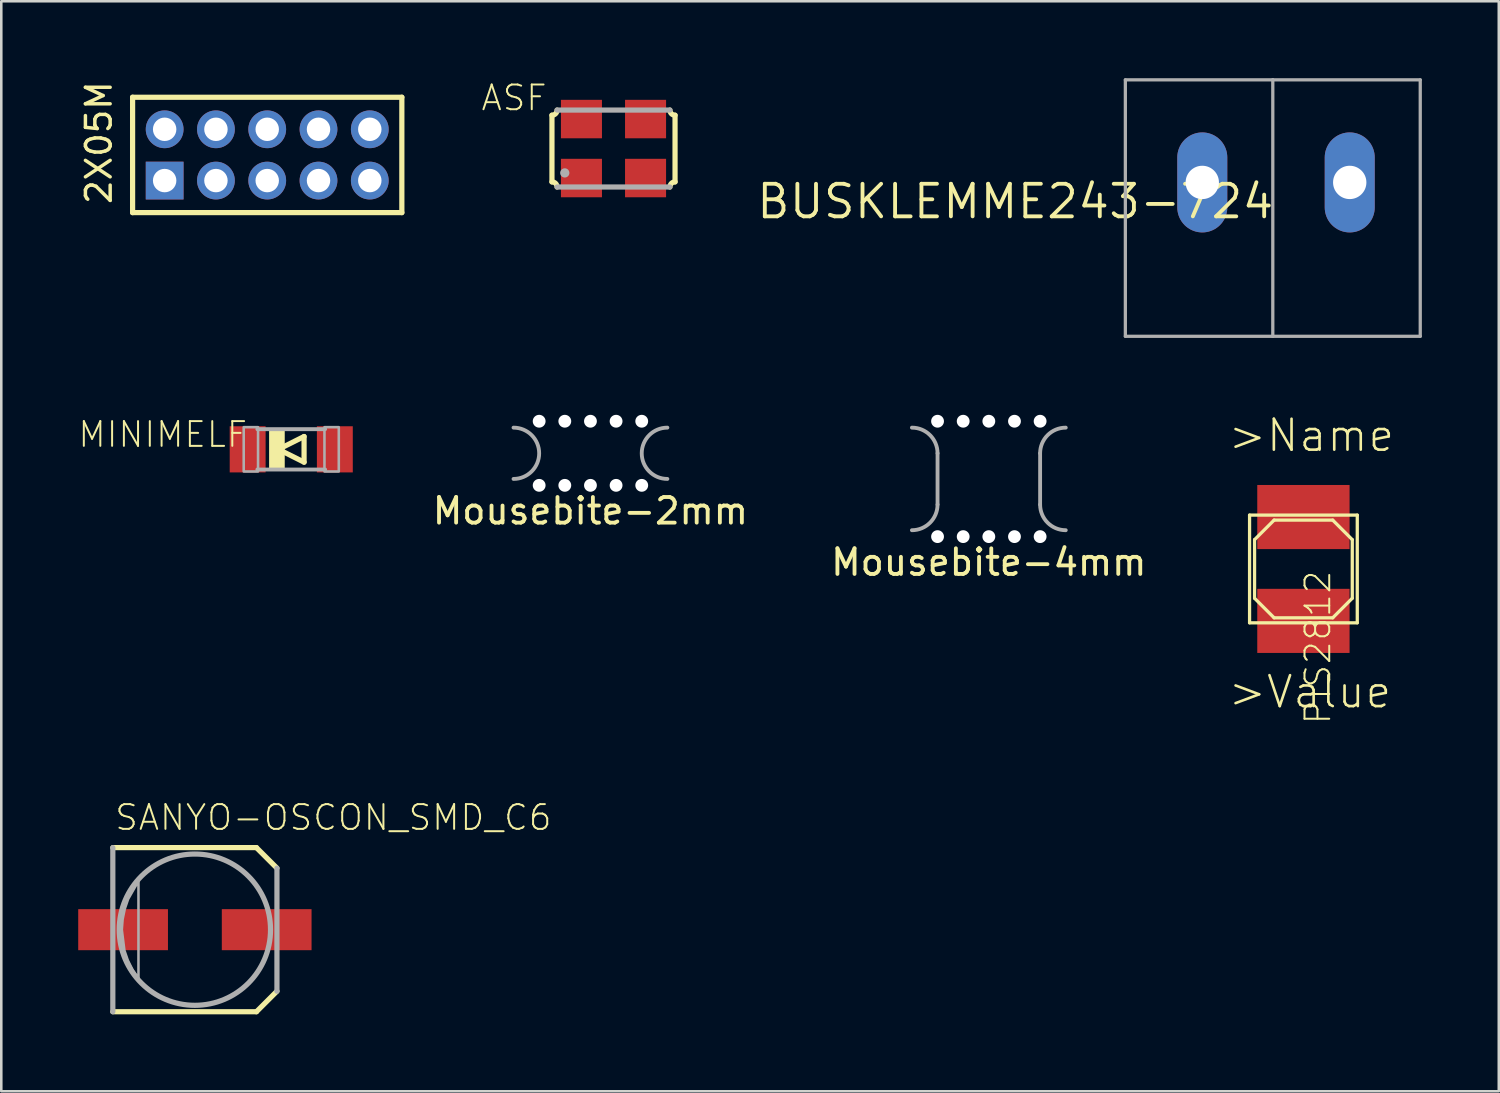
<source format=kicad_pcb>
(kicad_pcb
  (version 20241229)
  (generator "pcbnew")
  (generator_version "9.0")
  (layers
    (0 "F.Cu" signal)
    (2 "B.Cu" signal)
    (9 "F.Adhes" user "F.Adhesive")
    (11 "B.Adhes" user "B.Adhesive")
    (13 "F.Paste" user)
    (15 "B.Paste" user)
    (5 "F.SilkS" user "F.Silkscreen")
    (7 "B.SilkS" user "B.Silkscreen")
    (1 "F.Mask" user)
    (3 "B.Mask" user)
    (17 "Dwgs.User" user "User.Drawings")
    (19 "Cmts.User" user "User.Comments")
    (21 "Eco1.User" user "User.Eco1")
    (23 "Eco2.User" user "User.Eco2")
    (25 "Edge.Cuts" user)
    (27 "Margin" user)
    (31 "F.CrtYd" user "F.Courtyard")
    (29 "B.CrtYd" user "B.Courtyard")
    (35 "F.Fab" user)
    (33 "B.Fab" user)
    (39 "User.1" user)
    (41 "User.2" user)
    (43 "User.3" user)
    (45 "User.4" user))
  (footprint "Mousebite-2mm"
    (layer "F.Cu")
    (at 19.976 14.627)
    (property "Reference" "Mousebite-2mm" (at 0 2.25 0) (layer "F.SilkS") (effects (font (size 1 1) (thickness 0.15))))
    (attr through_hole)
    (fp_arc (start -3 -1) (mid -2 0) (end -3 1) (stroke (width 0.15) (type solid)) (layer "F.Fab"))
    (fp_arc (start 3 1) (mid 2 0) (end 3 -1) (stroke (width 0.15) (type solid)) (layer "F.Fab"))
    (pad "" np_thru_hole circle (at -2 -1.25) (size 0.5 0.5) (drill 0.5) (layers "*.Cu"))
    (pad "" np_thru_hole circle (at -2 1.25) (size 0.5 0.5) (drill 0.5) (layers "*.Cu"))
    (pad "" np_thru_hole circle (at -1 -1.25) (size 0.5 0.5) (drill 0.5) (layers "*.Cu"))
    (pad "" np_thru_hole circle (at -1 1.25) (size 0.5 0.5) (drill 0.5) (layers "*.Cu"))
    (pad "" np_thru_hole circle (at 0 -1.25) (size 0.5 0.5) (drill 0.5) (layers "*.Cu"))
    (pad "" np_thru_hole circle (at 0 1.25) (size 0.5 0.5) (drill 0.5) (layers "*.Cu"))
    (pad "" np_thru_hole circle (at 1 -1.25) (size 0.5 0.5) (drill 0.5) (layers "*.Cu"))
    (pad "" np_thru_hole circle (at 1 1.25) (size 0.5 0.5) (drill 0.5) (layers "*.Cu"))
    (pad "" np_thru_hole circle (at 2 -1.25) (size 0.5 0.5) (drill 0.5) (layers "*.Cu"))
    (pad "" np_thru_hole circle (at 2 1.25) (size 0.5 0.5) (drill 0.5) (layers "*.Cu")))
  (footprint "MINIMELF"
    (layer "F.Cu")
    (at 8.308 14.473)
    (property "Reference" "MINIMELF" (at -1.651 -1.143 180) (layer "F.SilkS") (effects (font (size 0.965 0.965) (thickness 0.077)) (justify right top)))
    (attr through_hole)
    (fp_line (start -0.5 0) (end 0.5 0.5) (stroke (width 0.203) (type solid)) (layer "F.SilkS"))
    (fp_line (start 0.5 -0.5) (end -0.5 0) (stroke (width 0.203) (type solid)) (layer "F.SilkS"))
    (fp_line (start 0.5 0.5) (end 0.5 -0.5) (stroke (width 0.203) (type solid)) (layer "F.SilkS"))
    (fp_poly (pts (xy -0.864 0.787) (xy -0.254 0.787) (xy -0.254 -0.787) (xy -0.864 -0.787)) (stroke (width 0) (type solid)) (fill yes) (layer "F.SilkS"))
    (fp_line (start 1.321 -0.787) (end -1.321 -0.787) (stroke (width 0.152) (type solid)) (layer "F.Fab"))
    (fp_line (start 1.321 0.787) (end -1.321 0.787) (stroke (width 0.152) (type solid)) (layer "F.Fab"))
    (fp_poly (pts (xy -1.854 0.864) (xy -1.295 0.864) (xy -1.295 -0.864) (xy -1.854 -0.864)) (stroke (width 0.1) (type solid)) (fill no) (layer "F.Fab"))
    (fp_poly (pts (xy 1.295 0.864) (xy 1.854 0.864) (xy 1.854 -0.864) (xy 1.295 -0.864)) (stroke (width 0.1) (type solid)) (fill no) (layer "F.Fab"))
    (pad "A" smd rect (at 1.7 0) (size 1.4 1.8) (layers "F.Cu" "F.Mask" "F.Paste"))
    (pad "C" smd rect (at -1.7 0) (size 1.4 1.8) (layers "F.Cu" "F.Mask" "F.Paste")))
  (footprint "PIS2812"
    (layer "F.Cu")
    (at 47.78 19.138)
    (property "Reference" "PIS2812" (at 0 0 270) (layer "F.SilkS") (effects (font (size 0.965 0.965) (thickness 0.077)) (justify right top)))
    (attr through_hole)
    (fp_line (start -2.1 -2.1) (end 2.1 -2.1) (stroke (width 0.127) (type solid)) (layer "F.SilkS"))
    (fp_line (start -2.1 2.1) (end -2.1 -2.1) (stroke (width 0.127) (type solid)) (layer "F.SilkS"))
    (fp_line (start -1.905 -1.143) (end -1.143 -1.905) (stroke (width 0.127) (type solid)) (layer "F.SilkS"))
    (fp_line (start -1.905 1.143) (end -1.905 -1.143) (stroke (width 0.127) (type solid)) (layer "F.SilkS"))
    (fp_line (start -1.143 -1.905) (end 1.143 -1.905) (stroke (width 0.127) (type solid)) (layer "F.SilkS"))
    (fp_line (start -1.143 1.905) (end -1.905 1.143) (stroke (width 0.127) (type solid)) (layer "F.SilkS"))
    (fp_line (start 1.143 -1.905) (end 1.905 -1.143) (stroke (width 0.127) (type solid)) (layer "F.SilkS"))
    (fp_line (start 1.143 1.905) (end -1.143 1.905) (stroke (width 0.127) (type solid)) (layer "F.SilkS"))
    (fp_line (start 1.905 -1.143) (end 1.905 1.143) (stroke (width 0.127) (type solid)) (layer "F.SilkS"))
    (fp_line (start 1.905 1.143) (end 1.143 1.905) (stroke (width 0.127) (type solid)) (layer "F.SilkS"))
    (fp_line (start 2.1 -2.1) (end 2.1 2.1) (stroke (width 0.127) (type solid)) (layer "F.SilkS"))
    (fp_line (start 2.1 2.1) (end -2.1 2.1) (stroke (width 0.127) (type solid)) (layer "F.SilkS"))
    (fp_text user ">Value" (at -3 5.5 0) (layer "F.SilkS") (effects (font (size 1.206 1.206) (thickness 0.102)) (justify left bottom)))
    (fp_text user ">Name" (at -3 -4.5 0) (layer "F.SilkS") (effects (font (size 1.206 1.206) (thickness 0.102)) (justify left bottom)))
    (pad "P$1" smd rect (at 0 -2.025) (size 3.6 2.5) (layers "F.Cu" "F.Mask" "F.Paste"))
    (pad "P$2" smd rect (at 0 2.025) (size 3.6 2.5) (layers "F.Cu" "F.Mask" "F.Paste")))
  (footprint "2X05M"
    (layer "F.Cu")
    (at 7.371 2.992)
    (property "Reference" "2X05M" (at -6 2 90) (layer "F.SilkS") (effects (font (size 0.965 0.965) (thickness 0.135)) (justify left bottom)))
    (attr through_hole)
    (fp_line (start -5.25 -2.25) (end 5.25 -2.25) (stroke (width 0.203) (type solid)) (layer "F.SilkS"))
    (fp_line (start -5.25 2.25) (end -5.25 -2.25) (stroke (width 0.203) (type solid)) (layer "F.SilkS"))
    (fp_line (start 5.25 -2.25) (end 5.25 2.25) (stroke (width 0.203) (type solid)) (layer "F.SilkS"))
    (fp_line (start 5.25 2.25) (end -5.25 2.25) (stroke (width 0.203) (type solid)) (layer "F.SilkS"))
    (fp_poly (pts (xy -4.25 -0.75) (xy -3.75 -0.75) (xy -3.75 -1.25) (xy -4.25 -1.25)) (stroke (width 0.1) (type solid)) (fill no) (layer "F.Fab"))
    (fp_poly (pts (xy -4.25 1.25) (xy -3.75 1.25) (xy -3.75 0.75) (xy -4.25 0.75)) (stroke (width 0.1) (type solid)) (fill no) (layer "F.Fab"))
    (fp_poly (pts (xy -2.25 -0.75) (xy -1.75 -0.75) (xy -1.75 -1.25) (xy -2.25 -1.25)) (stroke (width 0.1) (type solid)) (fill no) (layer "F.Fab"))
    (fp_poly (pts (xy -2.25 1.25) (xy -1.75 1.25) (xy -1.75 0.75) (xy -2.25 0.75)) (stroke (width 0.1) (type solid)) (fill no) (layer "F.Fab"))
    (fp_poly (pts (xy -0.25 -0.75) (xy 0.25 -0.75) (xy 0.25 -1.25) (xy -0.25 -1.25)) (stroke (width 0.1) (type solid)) (fill no) (layer "F.Fab"))
    (fp_poly (pts (xy -0.25 1.25) (xy 0.25 1.25) (xy 0.25 0.75) (xy -0.25 0.75)) (stroke (width 0.1) (type solid)) (fill no) (layer "F.Fab"))
    (fp_poly (pts (xy 1.75 -0.75) (xy 2.25 -0.75) (xy 2.25 -1.25) (xy 1.75 -1.25)) (stroke (width 0.1) (type solid)) (fill no) (layer "F.Fab"))
    (fp_poly (pts (xy 1.75 1.25) (xy 2.25 1.25) (xy 2.25 0.75) (xy 1.75 0.75)) (stroke (width 0.1) (type solid)) (fill no) (layer "F.Fab"))
    (fp_poly (pts (xy 3.75 -0.75) (xy 4.25 -0.75) (xy 4.25 -1.25) (xy 3.75 -1.25)) (stroke (width 0.1) (type solid)) (fill no) (layer "F.Fab"))
    (fp_poly (pts (xy 3.75 1.25) (xy 4.25 1.25) (xy 4.25 0.75) (xy 3.75 0.75)) (stroke (width 0.1) (type solid)) (fill no) (layer "F.Fab"))
    (pad "1" thru_hole rect (at -4 1) (size 1.473 1.473) (drill 0.914) (layers "*.Cu" "*.Mask"))
    (pad "2" thru_hole circle (at -4 -1) (size 1.473 1.473) (drill 0.914) (layers "*.Cu" "*.Mask"))
    (pad "3" thru_hole circle (at -2 1) (size 1.473 1.473) (drill 0.914) (layers "*.Cu" "*.Mask"))
    (pad "4" thru_hole circle (at -2 -1) (size 1.473 1.473) (drill 0.914) (layers "*.Cu" "*.Mask"))
    (pad "5" thru_hole circle (at 0 1) (size 1.473 1.473) (drill 0.914) (layers "*.Cu" "*.Mask"))
    (pad "6" thru_hole circle (at 0 -1) (size 1.473 1.473) (drill 0.914) (layers "*.Cu" "*.Mask"))
    (pad "7" thru_hole circle (at 2 1) (size 1.473 1.473) (drill 0.914) (layers "*.Cu" "*.Mask"))
    (pad "8" thru_hole circle (at 2 -1) (size 1.473 1.473) (drill 0.914) (layers "*.Cu" "*.Mask"))
    (pad "9" thru_hole circle (at 4 1) (size 1.473 1.473) (drill 0.914) (layers "*.Cu" "*.Mask"))
    (pad "10" thru_hole circle (at 4 -1) (size 1.473 1.473) (drill 0.914) (layers "*.Cu" "*.Mask")))
  (footprint "Mousebite-4mm"
    (layer "F.Cu")
    (at 35.512 15.627)
    (property "Reference" "Mousebite-4mm" (at 0 3.25 0) (layer "F.SilkS") (effects (font (size 1 1) (thickness 0.15))))
    (attr through_hole)
    (fp_line (start -2 -1) (end -2 1) (stroke (width 0.15) (type solid)) (layer "F.Fab"))
    (fp_line (start 2 1) (end 2 -1) (stroke (width 0.15) (type solid)) (layer "F.Fab"))
    (fp_arc (start -3 -2) (mid -2.292893 -1.707107) (end -2 -1) (stroke (width 0.15) (type solid)) (layer "F.Fab"))
    (fp_arc (start -2 1) (mid -2.292893 1.707107) (end -3 2) (stroke (width 0.15) (type solid)) (layer "F.Fab"))
    (fp_arc (start 2 -1) (mid 2.292893 -1.707107) (end 3 -2) (stroke (width 0.15) (type solid)) (layer "F.Fab"))
    (fp_arc (start 3 2) (mid 2.292893 1.707107) (end 2 1) (stroke (width 0.15) (type solid)) (layer "F.Fab"))
    (pad "" np_thru_hole circle (at -2 -2.25) (size 0.5 0.5) (drill 0.5) (layers "*.Cu"))
    (pad "" np_thru_hole circle (at -2 2.25) (size 0.5 0.5) (drill 0.5) (layers "*.Cu"))
    (pad "" np_thru_hole circle (at -1 -2.25) (size 0.5 0.5) (drill 0.5) (layers "*.Cu"))
    (pad "" np_thru_hole circle (at -1 2.25) (size 0.5 0.5) (drill 0.5) (layers "*.Cu"))
    (pad "" np_thru_hole circle (at 0 -2.25) (size 0.5 0.5) (drill 0.5) (layers "*.Cu"))
    (pad "" np_thru_hole circle (at 0 2.25) (size 0.5 0.5) (drill 0.5) (layers "*.Cu"))
    (pad "" np_thru_hole circle (at 1 -2.25) (size 0.5 0.5) (drill 0.5) (layers "*.Cu"))
    (pad "" np_thru_hole circle (at 1 2.25) (size 0.5 0.5) (drill 0.5) (layers "*.Cu"))
    (pad "" np_thru_hole circle (at 2 -2.25) (size 0.5 0.5) (drill 0.5) (layers "*.Cu"))
    (pad "" np_thru_hole circle (at 2 2.25) (size 0.5 0.5) (drill 0.5) (layers "*.Cu")))
  (footprint "ASF"
    (layer "F.Cu")
    (at 20.875 2.743)
    (property "Reference" "ASF" (at -2.54 -2.54 180) (layer "F.SilkS") (effects (font (size 0.965 0.965) (thickness 0.077)) (justify right top)))
    (attr through_hole)
    (fp_line (start -2.4 1.3) (end -2.4 -1.3) (stroke (width 0.203) (type solid)) (layer "F.SilkS"))
    (fp_line (start 2.4 -1.3) (end 2.4 1.3) (stroke (width 0.203) (type solid)) (layer "F.SilkS"))
    (fp_arc (start -2.4 1.3) (mid -2.258579 1.358579) (end -2.2 1.5) (stroke (width 0.2032) (type solid)) (layer "F.SilkS"))
    (fp_arc (start -2.2 -1.5) (mid -2.258579 -1.358579) (end -2.4 -1.3) (stroke (width 0.2032) (type solid)) (layer "F.SilkS"))
    (fp_arc (start 2.2 1.5) (mid 2.258579 1.358579) (end 2.4 1.3) (stroke (width 0.2032) (type solid)) (layer "F.SilkS"))
    (fp_arc (start 2.4 -1.3) (mid 2.258579 -1.358579) (end 2.2 -1.5) (stroke (width 0.2032) (type solid)) (layer "F.SilkS"))
    (fp_line (start -2.2 -1.5) (end 2.2 -1.5) (stroke (width 0.203) (type solid)) (layer "F.Fab"))
    (fp_line (start 2.2 1.5) (end -2.2 1.5) (stroke (width 0.203) (type solid)) (layer "F.Fab"))
    (fp_circle (center -1.9 0.95) (end -1.72 0.95) (stroke (width 0) (type solid)) (fill yes) (layer "F.Fab"))
    (pad "1" smd rect (at -1.25 1.15) (size 1.6 1.5) (layers "F.Cu" "F.Mask" "F.Paste"))
    (pad "2" smd rect (at 1.25 1.15) (size 1.6 1.5) (layers "F.Cu" "F.Mask" "F.Paste"))
    (pad "3" smd rect (at 1.25 -1.15 180) (size 1.6 1.5) (layers "F.Cu" "F.Mask" "F.Paste"))
    (pad "4" smd rect (at -1.25 -1.15 180) (size 1.6 1.5) (layers "F.Cu" "F.Mask" "F.Paste")))
  (footprint "BUSKLEMME243-724"
    (layer "F.Cu")
    (at 46.711 4.064)
    (property "Reference" "BUSKLEMME243-724" (at 0 0 0) (layer "F.SilkS") (effects (font (size 1.27 1.27) (thickness 0.15)) (justify right top)))
    (attr through_hole)
    (fp_line (start -5.875 -4) (end -5.875 6) (stroke (width 0.127) (type solid)) (layer "F.Fab"))
    (fp_line (start -5.875 6) (end -0.125 6) (stroke (width 0.127) (type solid)) (layer "F.Fab"))
    (fp_line (start -0.125 -4) (end -5.875 -4) (stroke (width 0.127) (type solid)) (layer "F.Fab"))
    (fp_line (start -0.125 -4) (end -0.125 6) (stroke (width 0.127) (type solid)) (layer "F.Fab"))
    (fp_line (start -0.125 6) (end 5.625 6) (stroke (width 0.127) (type solid)) (layer "F.Fab"))
    (fp_line (start 5.625 -4) (end -0.125 -4) (stroke (width 0.127) (type solid)) (layer "F.Fab"))
    (fp_line (start 5.625 6) (end 5.625 -4) (stroke (width 0.127) (type solid)) (layer "F.Fab"))
    (pad "1" thru_hole oval (at -2.875 0 90) (size 3.9 1.95) (drill 1.3) (layers "*.Cu" "*.Mask"))
    (pad "2" thru_hole oval (at 2.875 0 90) (size 3.9 1.95) (drill 1.3) (layers "*.Cu" "*.Mask")))
  (footprint "SANYO-OSCON_SMD_C6"
    (layer "F.Cu")
    (at 4.55 33.205)
    (property "Reference" "SANYO-OSCON_SMD_C6" (at -3.175 -3.81 0) (layer "F.SilkS") (effects (font (size 0.965 0.965) (thickness 0.077)) (justify left bottom)))
    (attr through_hole)
    (fp_line (start -3.2 -3.2) (end 2.4 -3.2) (stroke (width 0.203) (type solid)) (layer "F.SilkS"))
    (fp_line (start 2.4 -3.2) (end 3.2 -2.4) (stroke (width 0.203) (type solid)) (layer "F.SilkS"))
    (fp_line (start 2.4 3.2) (end -3.2 3.2) (stroke (width 0.203) (type solid)) (layer "F.SilkS"))
    (fp_line (start 3.2 2.4) (end 2.4 3.2) (stroke (width 0.203) (type solid)) (layer "F.SilkS"))
    (fp_line (start -3.2 3.2) (end -3.2 -3.2) (stroke (width 0.203) (type solid)) (layer "F.Fab"))
    (fp_line (start 3.2 -2.4) (end 3.2 2.4) (stroke (width 0.203) (type solid)) (layer "F.Fab"))
    (fp_circle (center 0 0) (end 2.95 0) (stroke (width 0.203) (type solid)) (fill no) (layer "F.Fab"))
    (fp_poly (pts (xy -2.2 -1.9) (xy -2.2 1.9) (xy -2.432 1.563) (xy -2.616 1.197) (xy -2.749 0.81) (xy -2.85 0) (xy -2.818 -0.407) (xy -2.736 -0.806) (xy -2.604 -1.193)) (stroke (width 0.1) (type solid)) (fill no) (layer "F.Fab"))
    (pad "+" smd rect (at 2.8 0) (size 3.5 1.6) (layers "F.Cu" "F.Mask" "F.Paste"))
    (pad "-" smd rect (at -2.8 0) (size 3.5 1.6) (layers "F.Cu" "F.Mask" "F.Paste")))
  (gr_rect
    (start -3 -3)
    (end 55.399 39.506)
    (stroke (width 0.1) (type default))
    (fill no)
    (layer "Edge.Cuts")))
</source>
